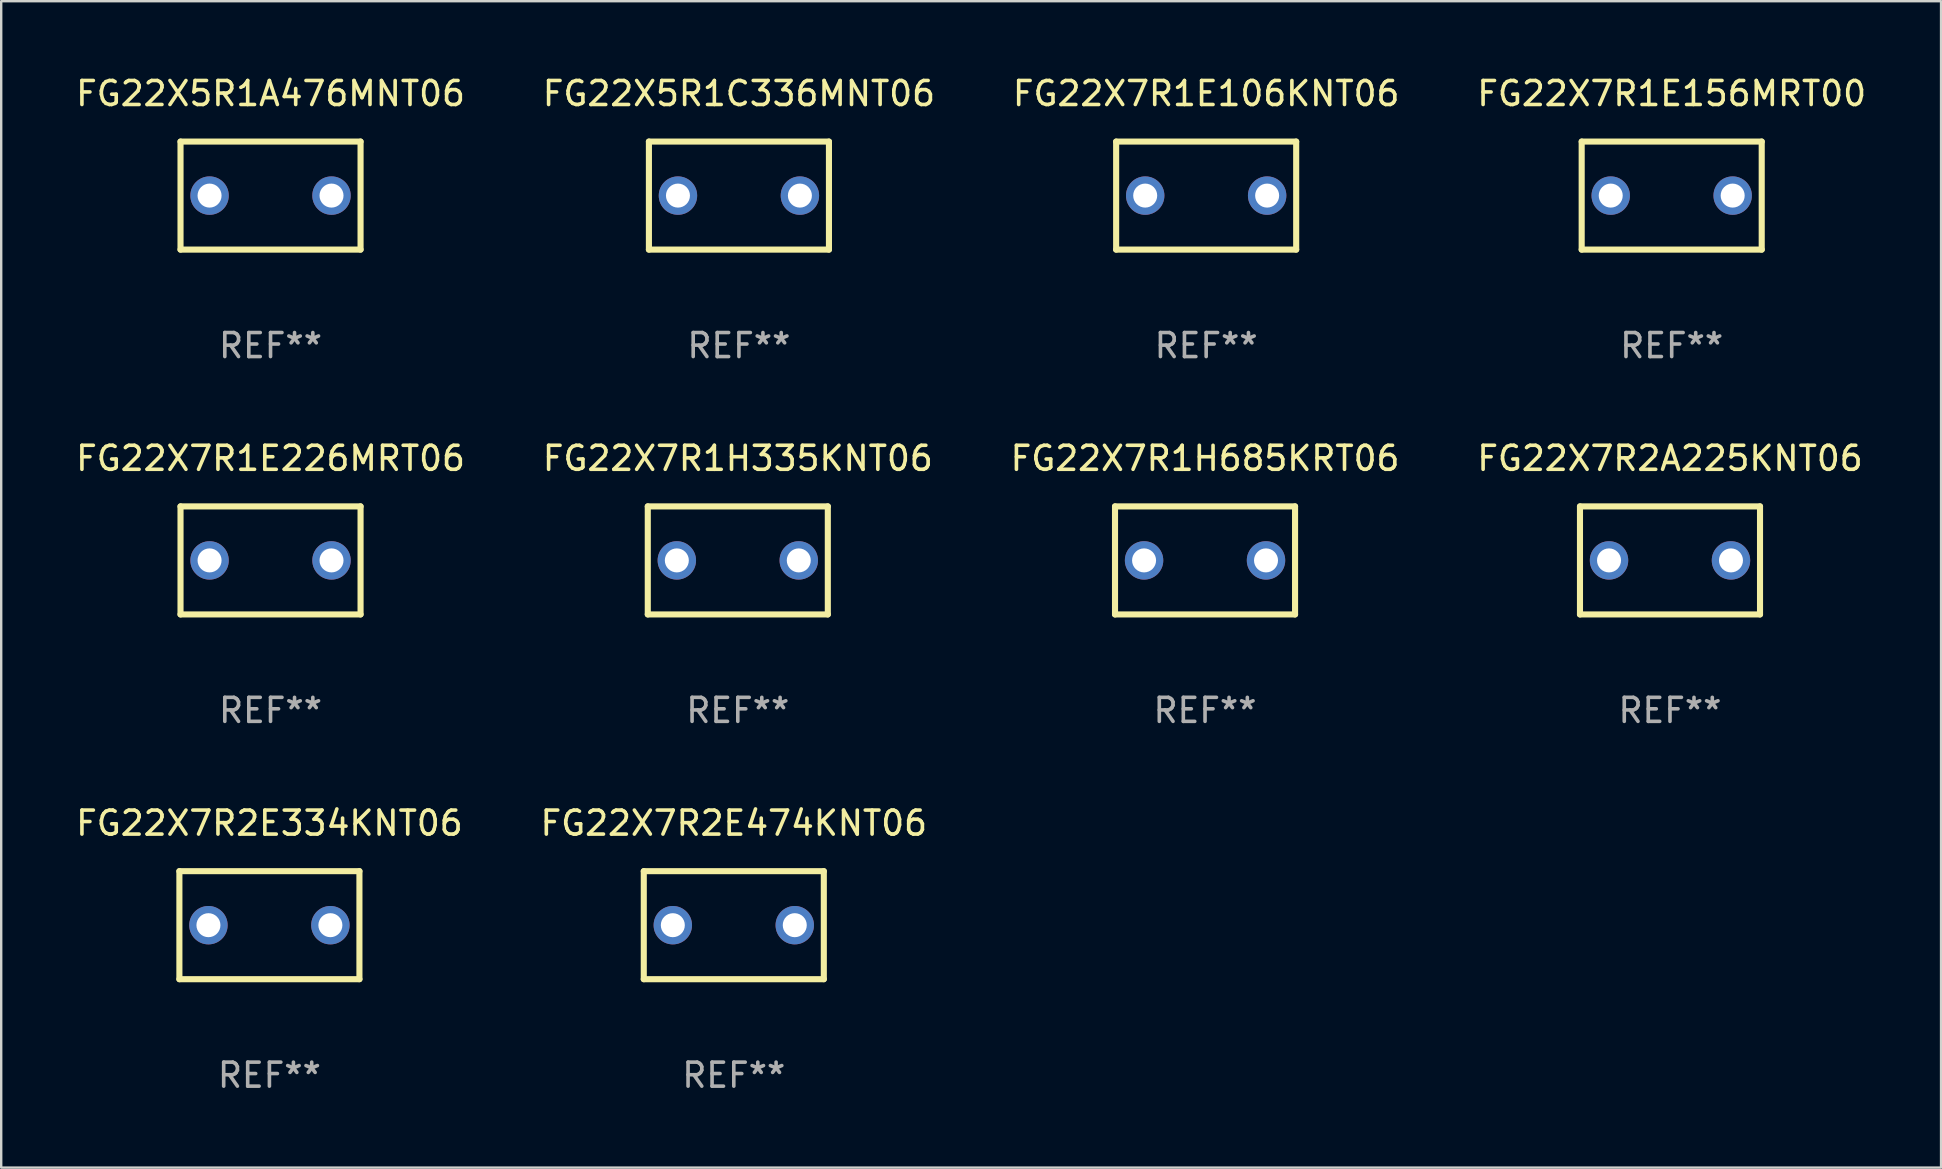
<source format=kicad_pcb>
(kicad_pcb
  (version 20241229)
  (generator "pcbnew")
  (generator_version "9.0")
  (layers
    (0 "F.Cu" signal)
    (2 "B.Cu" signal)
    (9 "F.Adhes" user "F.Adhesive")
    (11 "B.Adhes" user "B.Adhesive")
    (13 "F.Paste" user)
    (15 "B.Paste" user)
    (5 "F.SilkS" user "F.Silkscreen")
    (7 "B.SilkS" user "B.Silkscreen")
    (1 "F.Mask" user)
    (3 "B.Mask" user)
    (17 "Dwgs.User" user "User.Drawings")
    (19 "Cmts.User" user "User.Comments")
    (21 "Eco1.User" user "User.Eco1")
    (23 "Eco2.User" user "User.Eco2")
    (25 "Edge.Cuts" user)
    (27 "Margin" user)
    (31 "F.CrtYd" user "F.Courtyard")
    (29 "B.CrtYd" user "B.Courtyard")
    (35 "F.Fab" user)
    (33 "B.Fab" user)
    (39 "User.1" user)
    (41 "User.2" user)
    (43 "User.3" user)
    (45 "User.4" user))
  (footprint "FG22X7R1E226MRT06"
    (layer "F.Cu")
    (at 8.22 20.295)
    (property "Reference" "FG22X7R1E226MRT06" (at 0 -4.25 0) (layer "F.SilkS") (effects (font (size 1 1) (thickness 0.15))))
    (attr through_hole)
    (fp_line (start -3.75 -2.25) (end -3.75 2.25) (stroke (width 0.254) (type solid)) (layer "F.SilkS"))
    (fp_line (start -3.75 -2.25) (end 3.75 -2.25) (stroke (width 0.254) (type solid)) (layer "F.SilkS"))
    (fp_line (start 3.75 -2.25) (end 3.75 2.25) (stroke (width 0.254) (type solid)) (layer "F.SilkS"))
    (fp_line (start 3.75 2.25) (end -3.75 2.25) (stroke (width 0.254) (type solid)) (layer "F.SilkS"))
    (fp_circle (center -3.75 2.25) (end -3.72 2.25) (stroke (width 0.06) (type solid)) (fill no) (layer "F.SilkS"))
    (fp_text user "REF**" (at 0 6.25 0) (layer "F.Fab") (effects (font (size 1 1) (thickness 0.15))))
    (pad "1" thru_hole circle (at -2.54 0) (size 1.6 1.6) (drill 1) (layers "*.Cu" "*.Mask"))
    (pad "2" thru_hole circle (at 2.54 0) (size 1.6 1.6) (drill 1) (layers "*.Cu" "*.Mask")))
  (footprint "FG22X7R1H335KNT06"
    (layer "F.Cu")
    (at 27.685 20.295)
    (property "Reference" "FG22X7R1H335KNT06" (at 0 -4.25 0) (layer "F.SilkS") (effects (font (size 1 1) (thickness 0.15))))
    (attr through_hole)
    (fp_line (start -3.75 -2.25) (end -3.75 2.25) (stroke (width 0.254) (type solid)) (layer "F.SilkS"))
    (fp_line (start -3.75 -2.25) (end 3.75 -2.25) (stroke (width 0.254) (type solid)) (layer "F.SilkS"))
    (fp_line (start 3.75 -2.25) (end 3.75 2.25) (stroke (width 0.254) (type solid)) (layer "F.SilkS"))
    (fp_line (start 3.75 2.25) (end -3.75 2.25) (stroke (width 0.254) (type solid)) (layer "F.SilkS"))
    (fp_circle (center -3.75 2.25) (end -3.72 2.25) (stroke (width 0.06) (type solid)) (fill no) (layer "F.SilkS"))
    (fp_text user "REF**" (at 0 6.25 0) (layer "F.Fab") (effects (font (size 1 1) (thickness 0.15))))
    (pad "1" thru_hole circle (at -2.54 0) (size 1.6 1.6) (drill 1) (layers "*.Cu" "*.Mask"))
    (pad "2" thru_hole circle (at 2.54 0) (size 1.6 1.6) (drill 1) (layers "*.Cu" "*.Mask")))
  (footprint "FG22X5R1A476MNT06"
    (layer "F.Cu")
    (at 8.22 5.098)
    (property "Reference" "FG22X5R1A476MNT06" (at 0 -4.25 0) (layer "F.SilkS") (effects (font (size 1 1) (thickness 0.15))))
    (attr through_hole)
    (fp_line (start -3.75 -2.25) (end -3.75 2.25) (stroke (width 0.254) (type solid)) (layer "F.SilkS"))
    (fp_line (start -3.75 -2.25) (end 3.75 -2.25) (stroke (width 0.254) (type solid)) (layer "F.SilkS"))
    (fp_line (start 3.75 -2.25) (end 3.75 2.25) (stroke (width 0.254) (type solid)) (layer "F.SilkS"))
    (fp_line (start 3.75 2.25) (end -3.75 2.25) (stroke (width 0.254) (type solid)) (layer "F.SilkS"))
    (fp_circle (center -3.75 2.25) (end -3.72 2.25) (stroke (width 0.06) (type solid)) (fill no) (layer "F.SilkS"))
    (fp_text user "REF**" (at 0 6.25 0) (layer "F.Fab") (effects (font (size 1 1) (thickness 0.15))))
    (pad "1" thru_hole circle (at -2.54 0) (size 1.6 1.6) (drill 1) (layers "*.Cu" "*.Mask"))
    (pad "2" thru_hole circle (at 2.54 0) (size 1.6 1.6) (drill 1) (layers "*.Cu" "*.Mask")))
  (footprint "FG22X7R1H685KRT06"
    (layer "F.Cu")
    (at 47.149 20.295)
    (property "Reference" "FG22X7R1H685KRT06" (at 0 -4.25 0) (layer "F.SilkS") (effects (font (size 1 1) (thickness 0.15))))
    (attr through_hole)
    (fp_line (start -3.75 -2.25) (end -3.75 2.25) (stroke (width 0.254) (type solid)) (layer "F.SilkS"))
    (fp_line (start -3.75 -2.25) (end 3.75 -2.25) (stroke (width 0.254) (type solid)) (layer "F.SilkS"))
    (fp_line (start 3.75 -2.25) (end 3.75 2.25) (stroke (width 0.254) (type solid)) (layer "F.SilkS"))
    (fp_line (start 3.75 2.25) (end -3.75 2.25) (stroke (width 0.254) (type solid)) (layer "F.SilkS"))
    (fp_circle (center -3.75 2.25) (end -3.72 2.25) (stroke (width 0.06) (type solid)) (fill no) (layer "F.SilkS"))
    (fp_text user "REF**" (at 0 6.25 0) (layer "F.Fab") (effects (font (size 1 1) (thickness 0.15))))
    (pad "1" thru_hole circle (at -2.54 0) (size 1.6 1.6) (drill 1) (layers "*.Cu" "*.Mask"))
    (pad "2" thru_hole circle (at 2.54 0) (size 1.6 1.6) (drill 1) (layers "*.Cu" "*.Mask")))
  (footprint "FG22X7R2E474KNT06"
    (layer "F.Cu")
    (at 27.518 35.491)
    (property "Reference" "FG22X7R2E474KNT06" (at 0 -4.25 0) (layer "F.SilkS") (effects (font (size 1 1) (thickness 0.15))))
    (attr through_hole)
    (fp_line (start -3.75 -2.25) (end -3.75 2.25) (stroke (width 0.254) (type solid)) (layer "F.SilkS"))
    (fp_line (start -3.75 -2.25) (end 3.75 -2.25) (stroke (width 0.254) (type solid)) (layer "F.SilkS"))
    (fp_line (start 3.75 -2.25) (end 3.75 2.25) (stroke (width 0.254) (type solid)) (layer "F.SilkS"))
    (fp_line (start 3.75 2.25) (end -3.75 2.25) (stroke (width 0.254) (type solid)) (layer "F.SilkS"))
    (fp_circle (center -3.75 2.25) (end -3.72 2.25) (stroke (width 0.06) (type solid)) (fill no) (layer "F.SilkS"))
    (fp_text user "REF**" (at 0 6.25 0) (layer "F.Fab") (effects (font (size 1 1) (thickness 0.15))))
    (pad "1" thru_hole circle (at -2.54 0) (size 1.6 1.6) (drill 1) (layers "*.Cu" "*.Mask"))
    (pad "2" thru_hole circle (at 2.54 0) (size 1.6 1.6) (drill 1) (layers "*.Cu" "*.Mask")))
  (footprint "FG22X7R2A225KNT06"
    (layer "F.Cu")
    (at 66.518 20.295)
    (property "Reference" "FG22X7R2A225KNT06" (at 0 -4.25 0) (layer "F.SilkS") (effects (font (size 1 1) (thickness 0.15))))
    (attr through_hole)
    (fp_line (start -3.75 -2.25) (end -3.75 2.25) (stroke (width 0.254) (type solid)) (layer "F.SilkS"))
    (fp_line (start -3.75 -2.25) (end 3.75 -2.25) (stroke (width 0.254) (type solid)) (layer "F.SilkS"))
    (fp_line (start 3.75 -2.25) (end 3.75 2.25) (stroke (width 0.254) (type solid)) (layer "F.SilkS"))
    (fp_line (start 3.75 2.25) (end -3.75 2.25) (stroke (width 0.254) (type solid)) (layer "F.SilkS"))
    (fp_circle (center -3.75 2.25) (end -3.72 2.25) (stroke (width 0.06) (type solid)) (fill no) (layer "F.SilkS"))
    (fp_text user "REF**" (at 0 6.25 0) (layer "F.Fab") (effects (font (size 1 1) (thickness 0.15))))
    (pad "1" thru_hole circle (at -2.54 0) (size 1.6 1.6) (drill 1) (layers "*.Cu" "*.Mask"))
    (pad "2" thru_hole circle (at 2.54 0) (size 1.6 1.6) (drill 1) (layers "*.Cu" "*.Mask")))
  (footprint "FG22X7R2E334KNT06"
    (layer "F.Cu")
    (at 8.173 35.491)
    (property "Reference" "FG22X7R2E334KNT06" (at 0 -4.25 0) (layer "F.SilkS") (effects (font (size 1 1) (thickness 0.15))))
    (attr through_hole)
    (fp_line (start -3.75 -2.25) (end -3.75 2.25) (stroke (width 0.254) (type solid)) (layer "F.SilkS"))
    (fp_line (start -3.75 -2.25) (end 3.75 -2.25) (stroke (width 0.254) (type solid)) (layer "F.SilkS"))
    (fp_line (start 3.75 -2.25) (end 3.75 2.25) (stroke (width 0.254) (type solid)) (layer "F.SilkS"))
    (fp_line (start 3.75 2.25) (end -3.75 2.25) (stroke (width 0.254) (type solid)) (layer "F.SilkS"))
    (fp_circle (center -3.75 2.25) (end -3.72 2.25) (stroke (width 0.06) (type solid)) (fill no) (layer "F.SilkS"))
    (fp_text user "REF**" (at 0 6.25 0) (layer "F.Fab") (effects (font (size 1 1) (thickness 0.15))))
    (pad "1" thru_hole circle (at -2.54 0) (size 1.6 1.6) (drill 1) (layers "*.Cu" "*.Mask"))
    (pad "2" thru_hole circle (at 2.54 0) (size 1.6 1.6) (drill 1) (layers "*.Cu" "*.Mask")))
  (footprint "FG22X5R1C336MNT06"
    (layer "F.Cu")
    (at 27.732 5.098)
    (property "Reference" "FG22X5R1C336MNT06" (at 0 -4.25 0) (layer "F.SilkS") (effects (font (size 1 1) (thickness 0.15))))
    (attr through_hole)
    (fp_line (start -3.75 -2.25) (end -3.75 2.25) (stroke (width 0.254) (type solid)) (layer "F.SilkS"))
    (fp_line (start -3.75 -2.25) (end 3.75 -2.25) (stroke (width 0.254) (type solid)) (layer "F.SilkS"))
    (fp_line (start 3.75 -2.25) (end 3.75 2.25) (stroke (width 0.254) (type solid)) (layer "F.SilkS"))
    (fp_line (start 3.75 2.25) (end -3.75 2.25) (stroke (width 0.254) (type solid)) (layer "F.SilkS"))
    (fp_circle (center -3.75 2.25) (end -3.72 2.25) (stroke (width 0.06) (type solid)) (fill no) (layer "F.SilkS"))
    (fp_text user "REF**" (at 0 6.25 0) (layer "F.Fab") (effects (font (size 1 1) (thickness 0.15))))
    (pad "1" thru_hole circle (at -2.54 0) (size 1.6 1.6) (drill 1) (layers "*.Cu" "*.Mask"))
    (pad "2" thru_hole circle (at 2.54 0) (size 1.6 1.6) (drill 1) (layers "*.Cu" "*.Mask")))
  (footprint "FG22X7R1E106KNT06"
    (layer "F.Cu")
    (at 47.196 5.098)
    (property "Reference" "FG22X7R1E106KNT06" (at 0 -4.25 0) (layer "F.SilkS") (effects (font (size 1 1) (thickness 0.15))))
    (attr through_hole)
    (fp_line (start -3.75 -2.25) (end -3.75 2.25) (stroke (width 0.254) (type solid)) (layer "F.SilkS"))
    (fp_line (start -3.75 -2.25) (end 3.75 -2.25) (stroke (width 0.254) (type solid)) (layer "F.SilkS"))
    (fp_line (start 3.75 -2.25) (end 3.75 2.25) (stroke (width 0.254) (type solid)) (layer "F.SilkS"))
    (fp_line (start 3.75 2.25) (end -3.75 2.25) (stroke (width 0.254) (type solid)) (layer "F.SilkS"))
    (fp_circle (center -3.75 2.25) (end -3.72 2.25) (stroke (width 0.06) (type solid)) (fill no) (layer "F.SilkS"))
    (fp_text user "REF**" (at 0 6.25 0) (layer "F.Fab") (effects (font (size 1 1) (thickness 0.15))))
    (pad "1" thru_hole circle (at -2.54 0) (size 1.6 1.6) (drill 1) (layers "*.Cu" "*.Mask"))
    (pad "2" thru_hole circle (at 2.54 0) (size 1.6 1.6) (drill 1) (layers "*.Cu" "*.Mask")))
  (footprint "FG22X7R1E156MRT00"
    (layer "F.Cu")
    (at 66.589 5.098)
    (property "Reference" "FG22X7R1E156MRT00" (at 0 -4.25 0) (layer "F.SilkS") (effects (font (size 1 1) (thickness 0.15))))
    (attr through_hole)
    (fp_line (start -3.75 -2.25) (end -3.75 2.25) (stroke (width 0.254) (type solid)) (layer "F.SilkS"))
    (fp_line (start -3.75 -2.25) (end 3.75 -2.25) (stroke (width 0.254) (type solid)) (layer "F.SilkS"))
    (fp_line (start 3.75 -2.25) (end 3.75 2.25) (stroke (width 0.254) (type solid)) (layer "F.SilkS"))
    (fp_line (start 3.75 2.25) (end -3.75 2.25) (stroke (width 0.254) (type solid)) (layer "F.SilkS"))
    (fp_circle (center -3.75 2.25) (end -3.72 2.25) (stroke (width 0.06) (type solid)) (fill no) (layer "F.SilkS"))
    (fp_text user "REF**" (at 0 6.25 0) (layer "F.Fab") (effects (font (size 1 1) (thickness 0.15))))
    (pad "1" thru_hole circle (at -2.54 0) (size 1.6 1.6) (drill 1) (layers "*.Cu" "*.Mask"))
    (pad "2" thru_hole circle (at 2.54 0) (size 1.6 1.6) (drill 1) (layers "*.Cu" "*.Mask")))
  (gr_rect
    (start -3 -3)
    (end 77.81 45.59)
    (stroke (width 0.1) (type default))
    (fill no)
    (layer "Edge.Cuts")))
</source>
